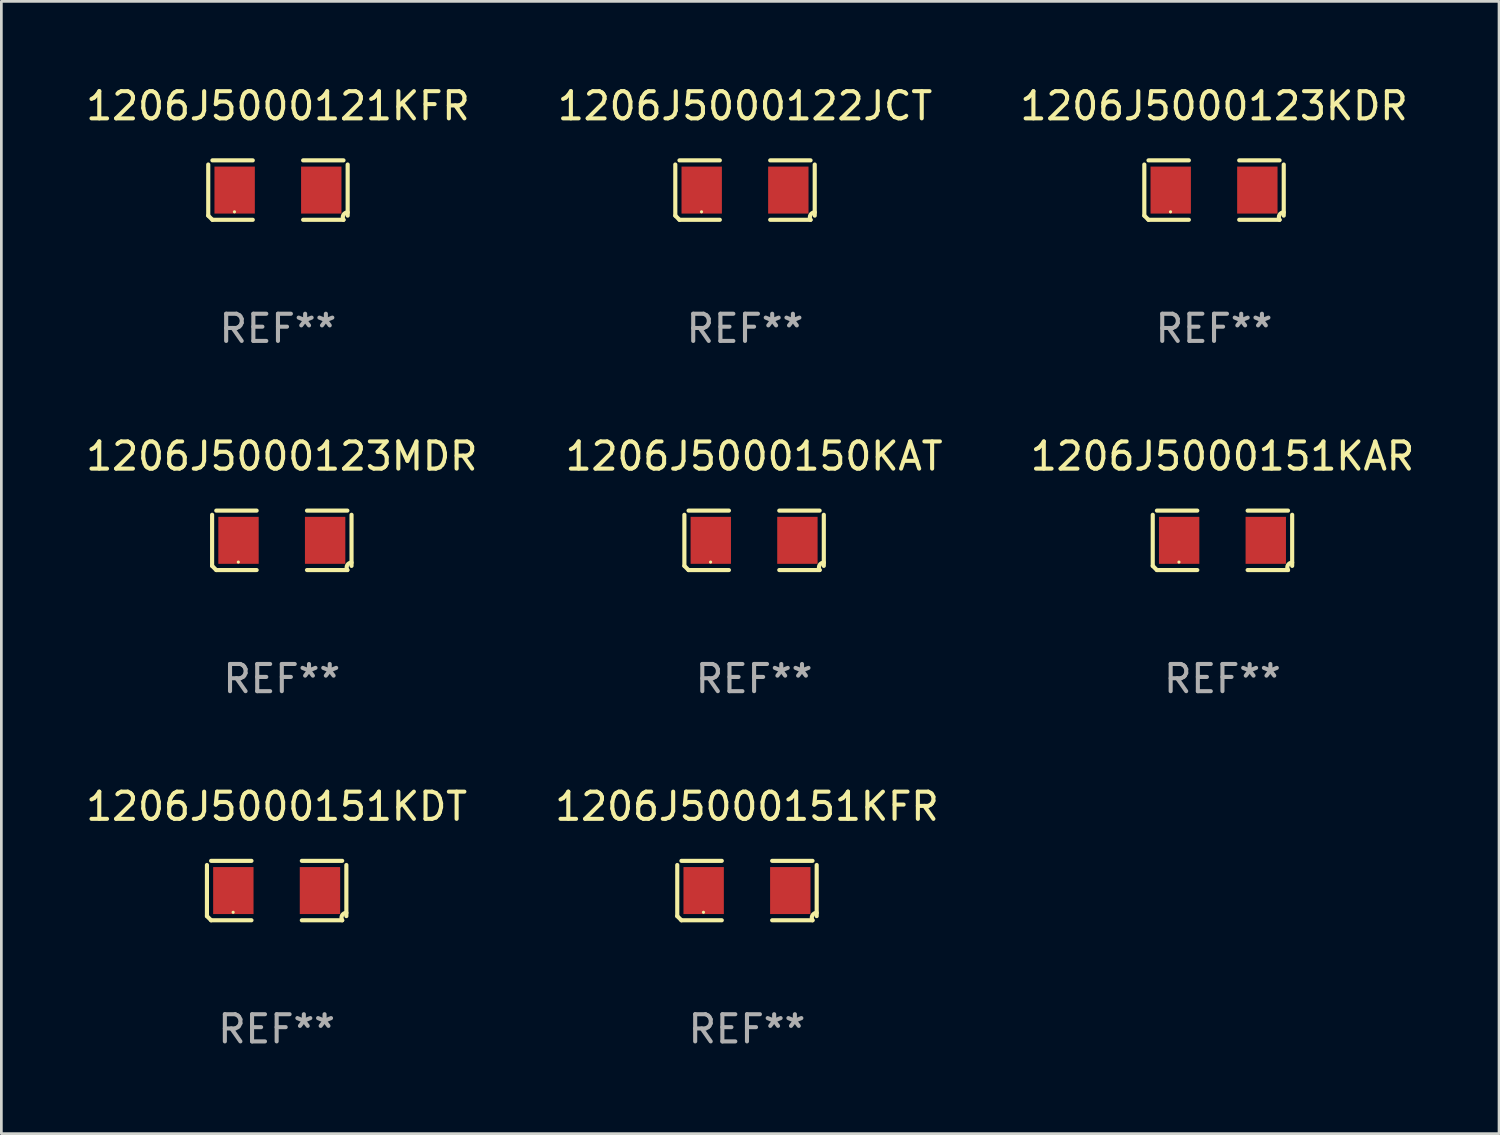
<source format=kicad_pcb>
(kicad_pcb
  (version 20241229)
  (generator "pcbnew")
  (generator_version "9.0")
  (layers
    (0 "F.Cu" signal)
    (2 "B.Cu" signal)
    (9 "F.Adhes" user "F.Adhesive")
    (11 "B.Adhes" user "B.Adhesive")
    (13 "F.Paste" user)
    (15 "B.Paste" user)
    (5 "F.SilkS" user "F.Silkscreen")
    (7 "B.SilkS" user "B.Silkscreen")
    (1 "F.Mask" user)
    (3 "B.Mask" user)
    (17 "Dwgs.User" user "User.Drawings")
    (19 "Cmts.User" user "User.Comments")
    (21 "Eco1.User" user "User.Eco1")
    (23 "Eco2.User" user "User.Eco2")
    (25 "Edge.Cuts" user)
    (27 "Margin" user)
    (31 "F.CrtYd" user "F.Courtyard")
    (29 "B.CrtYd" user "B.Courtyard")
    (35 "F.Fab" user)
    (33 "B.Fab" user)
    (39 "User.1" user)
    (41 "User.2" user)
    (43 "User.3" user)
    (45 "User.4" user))
  (footprint "1206J5000121KFR"
    (layer "F.Cu")
    (at 7.173 3.941)
    (property "Reference" "1206J5000121KFR" (at 0 -3.093 0) (layer "F.SilkS") (effects (font (size 1 1) (thickness 0.15))))
    (attr through_hole)
    (fp_line (start -2.564 0.94) (end -2.564 -0.94) (stroke (width 0.152) (type solid)) (layer "F.SilkS"))
    (fp_line (start -2.411 -1.093) (end -0.926 -1.093) (stroke (width 0.152) (type solid)) (layer "F.SilkS"))
    (fp_line (start -0.926 1.093) (end -2.411 1.093) (stroke (width 0.152) (type solid)) (layer "F.SilkS"))
    (fp_line (start 0.926 1.093) (end 2.411 1.093) (stroke (width 0.152) (type solid)) (layer "F.SilkS"))
    (fp_line (start 2.411 -1.093) (end 0.926 -1.093) (stroke (width 0.152) (type solid)) (layer "F.SilkS"))
    (fp_line (start 2.564 0.94) (end 2.564 -0.94) (stroke (width 0.152) (type solid)) (layer "F.SilkS"))
    (fp_arc (start -2.411201 1.092609) (mid -2.487413 1.01642) (end -2.563602 0.940208) (stroke (width 0.1524) (type solid)) (layer "F.SilkS"))
    (fp_arc (start 2.411201 1.092609) (mid 2.407159 0.911226) (end 2.563602 0.819347) (stroke (width 0.1524) (type solid)) (layer "F.SilkS"))
    (fp_circle (center -1.6 0.8) (end -1.57 0.8) (stroke (width 0.06) (type solid)) (fill no) (layer "F.SilkS"))
    (fp_text user "REF**" (at 0 5.093 0) (layer "F.Fab") (effects (font (size 1 1) (thickness 0.15))))
    (pad "1" smd rect (at -1.593 0) (size 1.485 1.728) (layers "F.Cu" "F.Mask" "F.Paste"))
    (pad "2" smd rect (at 1.593 0) (size 1.485 1.728) (layers "F.Cu" "F.Mask" "F.Paste")))
  (footprint "1206J5000122JCT"
    (layer "F.Cu")
    (at 24.351 3.941)
    (property "Reference" "1206J5000122JCT" (at 0 -3.093 0) (layer "F.SilkS") (effects (font (size 1 1) (thickness 0.15))))
    (attr through_hole)
    (fp_line (start -2.564 0.94) (end -2.564 -0.94) (stroke (width 0.152) (type solid)) (layer "F.SilkS"))
    (fp_line (start -2.411 -1.093) (end -0.926 -1.093) (stroke (width 0.152) (type solid)) (layer "F.SilkS"))
    (fp_line (start -0.926 1.093) (end -2.411 1.093) (stroke (width 0.152) (type solid)) (layer "F.SilkS"))
    (fp_line (start 0.926 1.093) (end 2.411 1.093) (stroke (width 0.152) (type solid)) (layer "F.SilkS"))
    (fp_line (start 2.411 -1.093) (end 0.926 -1.093) (stroke (width 0.152) (type solid)) (layer "F.SilkS"))
    (fp_line (start 2.564 0.94) (end 2.564 -0.94) (stroke (width 0.152) (type solid)) (layer "F.SilkS"))
    (fp_arc (start -2.411201 1.092609) (mid -2.487413 1.01642) (end -2.563602 0.940208) (stroke (width 0.1524) (type solid)) (layer "F.SilkS"))
    (fp_arc (start 2.411201 1.092609) (mid 2.407159 0.911226) (end 2.563602 0.819347) (stroke (width 0.1524) (type solid)) (layer "F.SilkS"))
    (fp_circle (center -1.6 0.8) (end -1.57 0.8) (stroke (width 0.06) (type solid)) (fill no) (layer "F.SilkS"))
    (fp_text user "REF**" (at 0 5.093 0) (layer "F.Fab") (effects (font (size 1 1) (thickness 0.15))))
    (pad "1" smd rect (at -1.593 0) (size 1.485 1.728) (layers "F.Cu" "F.Mask" "F.Paste"))
    (pad "2" smd rect (at 1.593 0) (size 1.485 1.728) (layers "F.Cu" "F.Mask" "F.Paste")))
  (footprint "1206J5000123MDR"
    (layer "F.Cu")
    (at 7.315 16.823)
    (property "Reference" "1206J5000123MDR" (at 0 -3.093 0) (layer "F.SilkS") (effects (font (size 1 1) (thickness 0.15))))
    (attr through_hole)
    (fp_line (start -2.564 0.94) (end -2.564 -0.94) (stroke (width 0.152) (type solid)) (layer "F.SilkS"))
    (fp_line (start -2.411 -1.093) (end -0.926 -1.093) (stroke (width 0.152) (type solid)) (layer "F.SilkS"))
    (fp_line (start -0.926 1.093) (end -2.411 1.093) (stroke (width 0.152) (type solid)) (layer "F.SilkS"))
    (fp_line (start 0.926 1.093) (end 2.411 1.093) (stroke (width 0.152) (type solid)) (layer "F.SilkS"))
    (fp_line (start 2.411 -1.093) (end 0.926 -1.093) (stroke (width 0.152) (type solid)) (layer "F.SilkS"))
    (fp_line (start 2.564 0.94) (end 2.564 -0.94) (stroke (width 0.152) (type solid)) (layer "F.SilkS"))
    (fp_arc (start -2.411201 1.092609) (mid -2.487413 1.01642) (end -2.563602 0.940208) (stroke (width 0.1524) (type solid)) (layer "F.SilkS"))
    (fp_arc (start 2.411201 1.092609) (mid 2.407159 0.911226) (end 2.563602 0.819347) (stroke (width 0.1524) (type solid)) (layer "F.SilkS"))
    (fp_circle (center -1.6 0.8) (end -1.57 0.8) (stroke (width 0.06) (type solid)) (fill no) (layer "F.SilkS"))
    (fp_text user "REF**" (at 0 5.093 0) (layer "F.Fab") (effects (font (size 1 1) (thickness 0.15))))
    (pad "1" smd rect (at -1.593 0) (size 1.485 1.728) (layers "F.Cu" "F.Mask" "F.Paste"))
    (pad "2" smd rect (at 1.593 0) (size 1.485 1.728) (layers "F.Cu" "F.Mask" "F.Paste")))
  (footprint "1206J5000123KDR"
    (layer "F.Cu")
    (at 41.601 3.941)
    (property "Reference" "1206J5000123KDR" (at 0 -3.093 0) (layer "F.SilkS") (effects (font (size 1 1) (thickness 0.15))))
    (attr through_hole)
    (fp_line (start -2.564 0.94) (end -2.564 -0.94) (stroke (width 0.152) (type solid)) (layer "F.SilkS"))
    (fp_line (start -2.411 -1.093) (end -0.926 -1.093) (stroke (width 0.152) (type solid)) (layer "F.SilkS"))
    (fp_line (start -0.926 1.093) (end -2.411 1.093) (stroke (width 0.152) (type solid)) (layer "F.SilkS"))
    (fp_line (start 0.926 1.093) (end 2.411 1.093) (stroke (width 0.152) (type solid)) (layer "F.SilkS"))
    (fp_line (start 2.411 -1.093) (end 0.926 -1.093) (stroke (width 0.152) (type solid)) (layer "F.SilkS"))
    (fp_line (start 2.564 0.94) (end 2.564 -0.94) (stroke (width 0.152) (type solid)) (layer "F.SilkS"))
    (fp_arc (start -2.411201 1.092609) (mid -2.487413 1.01642) (end -2.563602 0.940208) (stroke (width 0.1524) (type solid)) (layer "F.SilkS"))
    (fp_arc (start 2.411201 1.092609) (mid 2.407159 0.911226) (end 2.563602 0.819347) (stroke (width 0.1524) (type solid)) (layer "F.SilkS"))
    (fp_circle (center -1.6 0.8) (end -1.57 0.8) (stroke (width 0.06) (type solid)) (fill no) (layer "F.SilkS"))
    (fp_text user "REF**" (at 0 5.093 0) (layer "F.Fab") (effects (font (size 1 1) (thickness 0.15))))
    (pad "1" smd rect (at -1.593 0) (size 1.485 1.728) (layers "F.Cu" "F.Mask" "F.Paste"))
    (pad "2" smd rect (at 1.593 0) (size 1.485 1.728) (layers "F.Cu" "F.Mask" "F.Paste")))
  (footprint "1206J5000151KFR"
    (layer "F.Cu")
    (at 24.423 29.704)
    (property "Reference" "1206J5000151KFR" (at 0 -3.093 0) (layer "F.SilkS") (effects (font (size 1 1) (thickness 0.15))))
    (attr through_hole)
    (fp_line (start -2.564 0.94) (end -2.564 -0.94) (stroke (width 0.152) (type solid)) (layer "F.SilkS"))
    (fp_line (start -2.411 -1.093) (end -0.926 -1.093) (stroke (width 0.152) (type solid)) (layer "F.SilkS"))
    (fp_line (start -0.926 1.093) (end -2.411 1.093) (stroke (width 0.152) (type solid)) (layer "F.SilkS"))
    (fp_line (start 0.926 1.093) (end 2.411 1.093) (stroke (width 0.152) (type solid)) (layer "F.SilkS"))
    (fp_line (start 2.411 -1.093) (end 0.926 -1.093) (stroke (width 0.152) (type solid)) (layer "F.SilkS"))
    (fp_line (start 2.564 0.94) (end 2.564 -0.94) (stroke (width 0.152) (type solid)) (layer "F.SilkS"))
    (fp_arc (start -2.411201 1.092609) (mid -2.487413 1.01642) (end -2.563602 0.940208) (stroke (width 0.1524) (type solid)) (layer "F.SilkS"))
    (fp_arc (start 2.411201 1.092609) (mid 2.407159 0.911226) (end 2.563602 0.819347) (stroke (width 0.1524) (type solid)) (layer "F.SilkS"))
    (fp_circle (center -1.6 0.8) (end -1.57 0.8) (stroke (width 0.06) (type solid)) (fill no) (layer "F.SilkS"))
    (fp_text user "REF**" (at 0 5.093 0) (layer "F.Fab") (effects (font (size 1 1) (thickness 0.15))))
    (pad "1" smd rect (at -1.593 0) (size 1.485 1.728) (layers "F.Cu" "F.Mask" "F.Paste"))
    (pad "2" smd rect (at 1.593 0) (size 1.485 1.728) (layers "F.Cu" "F.Mask" "F.Paste")))
  (footprint "1206J5000150KAT"
    (layer "F.Cu")
    (at 24.685 16.823)
    (property "Reference" "1206J5000150KAT" (at 0 -3.093 0) (layer "F.SilkS") (effects (font (size 1 1) (thickness 0.15))))
    (attr through_hole)
    (fp_line (start -2.564 0.94) (end -2.564 -0.94) (stroke (width 0.152) (type solid)) (layer "F.SilkS"))
    (fp_line (start -2.411 -1.093) (end -0.926 -1.093) (stroke (width 0.152) (type solid)) (layer "F.SilkS"))
    (fp_line (start -0.926 1.093) (end -2.411 1.093) (stroke (width 0.152) (type solid)) (layer "F.SilkS"))
    (fp_line (start 0.926 1.093) (end 2.411 1.093) (stroke (width 0.152) (type solid)) (layer "F.SilkS"))
    (fp_line (start 2.411 -1.093) (end 0.926 -1.093) (stroke (width 0.152) (type solid)) (layer "F.SilkS"))
    (fp_line (start 2.564 0.94) (end 2.564 -0.94) (stroke (width 0.152) (type solid)) (layer "F.SilkS"))
    (fp_arc (start -2.411201 1.092609) (mid -2.487413 1.01642) (end -2.563602 0.940208) (stroke (width 0.1524) (type solid)) (layer "F.SilkS"))
    (fp_arc (start 2.411201 1.092609) (mid 2.407159 0.911226) (end 2.563602 0.819347) (stroke (width 0.1524) (type solid)) (layer "F.SilkS"))
    (fp_circle (center -1.6 0.8) (end -1.57 0.8) (stroke (width 0.06) (type solid)) (fill no) (layer "F.SilkS"))
    (fp_text user "REF**" (at 0 5.093 0) (layer "F.Fab") (effects (font (size 1 1) (thickness 0.15))))
    (pad "1" smd rect (at -1.593 0) (size 1.485 1.728) (layers "F.Cu" "F.Mask" "F.Paste"))
    (pad "2" smd rect (at 1.593 0) (size 1.485 1.728) (layers "F.Cu" "F.Mask" "F.Paste")))
  (footprint "1206J5000151KAR"
    (layer "F.Cu")
    (at 41.911 16.823)
    (property "Reference" "1206J5000151KAR" (at 0 -3.093 0) (layer "F.SilkS") (effects (font (size 1 1) (thickness 0.15))))
    (attr through_hole)
    (fp_line (start -2.564 0.94) (end -2.564 -0.94) (stroke (width 0.152) (type solid)) (layer "F.SilkS"))
    (fp_line (start -2.411 -1.093) (end -0.926 -1.093) (stroke (width 0.152) (type solid)) (layer "F.SilkS"))
    (fp_line (start -0.926 1.093) (end -2.411 1.093) (stroke (width 0.152) (type solid)) (layer "F.SilkS"))
    (fp_line (start 0.926 1.093) (end 2.411 1.093) (stroke (width 0.152) (type solid)) (layer "F.SilkS"))
    (fp_line (start 2.411 -1.093) (end 0.926 -1.093) (stroke (width 0.152) (type solid)) (layer "F.SilkS"))
    (fp_line (start 2.564 0.94) (end 2.564 -0.94) (stroke (width 0.152) (type solid)) (layer "F.SilkS"))
    (fp_arc (start -2.411201 1.092609) (mid -2.487413 1.01642) (end -2.563602 0.940208) (stroke (width 0.1524) (type solid)) (layer "F.SilkS"))
    (fp_arc (start 2.411201 1.092609) (mid 2.407159 0.911226) (end 2.563602 0.819347) (stroke (width 0.1524) (type solid)) (layer "F.SilkS"))
    (fp_circle (center -1.6 0.8) (end -1.57 0.8) (stroke (width 0.06) (type solid)) (fill no) (layer "F.SilkS"))
    (fp_text user "REF**" (at 0 5.093 0) (layer "F.Fab") (effects (font (size 1 1) (thickness 0.15))))
    (pad "1" smd rect (at -1.593 0) (size 1.485 1.728) (layers "F.Cu" "F.Mask" "F.Paste"))
    (pad "2" smd rect (at 1.593 0) (size 1.485 1.728) (layers "F.Cu" "F.Mask" "F.Paste")))
  (footprint "1206J5000151KDT"
    (layer "F.Cu")
    (at 7.125 29.704)
    (property "Reference" "1206J5000151KDT" (at 0 -3.093 0) (layer "F.SilkS") (effects (font (size 1 1) (thickness 0.15))))
    (attr through_hole)
    (fp_line (start -2.564 0.94) (end -2.564 -0.94) (stroke (width 0.152) (type solid)) (layer "F.SilkS"))
    (fp_line (start -2.411 -1.093) (end -0.926 -1.093) (stroke (width 0.152) (type solid)) (layer "F.SilkS"))
    (fp_line (start -0.926 1.093) (end -2.411 1.093) (stroke (width 0.152) (type solid)) (layer "F.SilkS"))
    (fp_line (start 0.926 1.093) (end 2.411 1.093) (stroke (width 0.152) (type solid)) (layer "F.SilkS"))
    (fp_line (start 2.411 -1.093) (end 0.926 -1.093) (stroke (width 0.152) (type solid)) (layer "F.SilkS"))
    (fp_line (start 2.564 0.94) (end 2.564 -0.94) (stroke (width 0.152) (type solid)) (layer "F.SilkS"))
    (fp_arc (start -2.411201 1.092609) (mid -2.487413 1.01642) (end -2.563602 0.940208) (stroke (width 0.1524) (type solid)) (layer "F.SilkS"))
    (fp_arc (start 2.411201 1.092609) (mid 2.407159 0.911226) (end 2.563602 0.819347) (stroke (width 0.1524) (type solid)) (layer "F.SilkS"))
    (fp_circle (center -1.6 0.8) (end -1.57 0.8) (stroke (width 0.06) (type solid)) (fill no) (layer "F.SilkS"))
    (fp_text user "REF**" (at 0 5.093 0) (layer "F.Fab") (effects (font (size 1 1) (thickness 0.15))))
    (pad "1" smd rect (at -1.593 0) (size 1.485 1.728) (layers "F.Cu" "F.Mask" "F.Paste"))
    (pad "2" smd rect (at 1.593 0) (size 1.485 1.728) (layers "F.Cu" "F.Mask" "F.Paste")))
  (gr_rect
    (start -3 -3)
    (end 52.083 38.645)
    (stroke (width 0.1) (type default))
    (fill no)
    (layer "Edge.Cuts")))
</source>
